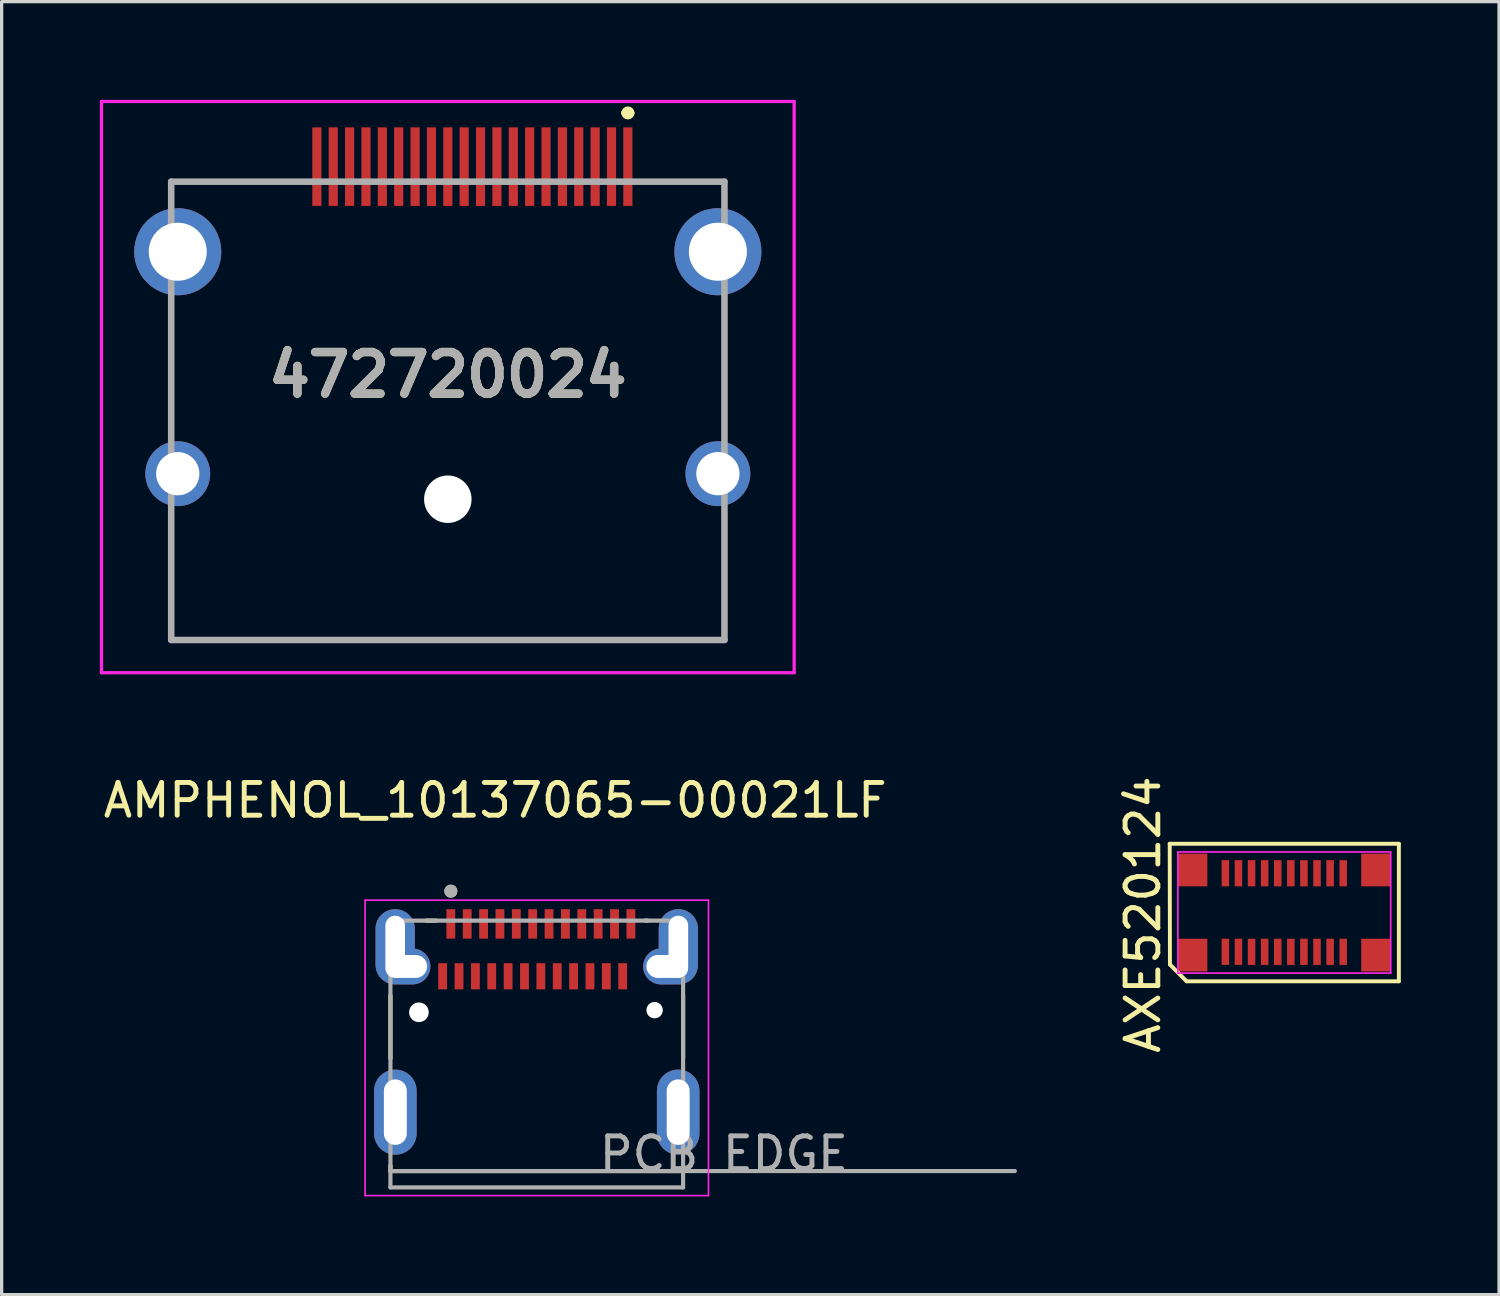
<source format=kicad_pcb>
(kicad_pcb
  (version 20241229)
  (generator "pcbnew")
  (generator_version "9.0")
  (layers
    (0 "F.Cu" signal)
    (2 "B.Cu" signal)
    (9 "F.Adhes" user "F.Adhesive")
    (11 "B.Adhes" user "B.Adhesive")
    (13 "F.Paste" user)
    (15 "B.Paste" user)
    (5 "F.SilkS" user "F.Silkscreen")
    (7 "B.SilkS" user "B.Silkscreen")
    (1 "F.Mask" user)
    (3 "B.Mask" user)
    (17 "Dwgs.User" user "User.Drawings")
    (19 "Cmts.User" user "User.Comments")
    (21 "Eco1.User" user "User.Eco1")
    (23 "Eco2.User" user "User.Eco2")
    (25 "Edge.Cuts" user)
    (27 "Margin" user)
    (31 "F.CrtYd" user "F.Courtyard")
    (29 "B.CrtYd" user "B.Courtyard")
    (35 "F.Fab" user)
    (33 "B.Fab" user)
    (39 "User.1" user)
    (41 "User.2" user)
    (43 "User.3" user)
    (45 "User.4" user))
  (footprint "472720024"
    (layer "F.Cu")
    (at 10.63 8.4)
    (property "Reference" "472720024" (at 0 0 180) (layer "F.SilkS") (effects (font (size 1.27 1.27) (thickness 0.254))))
    (attr through_hole)
    (fp_line (start -8.45 -5.9) (end -4.45 -5.9) (stroke (width 0.1) (type solid)) (layer "F.SilkS"))
    (fp_line (start -8.45 5.1) (end -8.45 8.1) (stroke (width 0.1) (type solid)) (layer "F.SilkS"))
    (fp_line (start -8.45 8.1) (end 8.45 8.1) (stroke (width 0.1) (type solid)) (layer "F.SilkS"))
    (fp_line (start 5.4 -8) (end 5.4 -8) (stroke (width 0.2) (type solid)) (layer "F.SilkS"))
    (fp_line (start 5.6 -8) (end 5.6 -8) (stroke (width 0.2) (type solid)) (layer "F.SilkS"))
    (fp_line (start 8.45 -5.9) (end 5.9 -5.9) (stroke (width 0.1) (type solid)) (layer "F.SilkS"))
    (fp_line (start 8.45 8.1) (end 8.45 5.1) (stroke (width 0.1) (type solid)) (layer "F.SilkS"))
    (fp_arc (start 5.4 -8) (mid 5.5 -8.1) (end 5.6 -8) (stroke (width 0.2) (type solid)) (layer "F.SilkS"))
    (fp_arc (start 5.6 -8) (mid 5.5 -7.9) (end 5.4 -8) (stroke (width 0.2) (type solid)) (layer "F.SilkS"))
    (fp_line (start -10.58 -8.35) (end 10.58 -8.35) (stroke (width 0.1) (type solid)) (layer "F.CrtYd"))
    (fp_line (start -10.58 9.1) (end -10.58 -8.35) (stroke (width 0.1) (type solid)) (layer "F.CrtYd"))
    (fp_line (start 10.58 -8.35) (end 10.58 9.1) (stroke (width 0.1) (type solid)) (layer "F.CrtYd"))
    (fp_line (start 10.58 9.1) (end -10.58 9.1) (stroke (width 0.1) (type solid)) (layer "F.CrtYd"))
    (fp_line (start -8.45 -5.9) (end 8.45 -5.9) (stroke (width 0.2) (type solid)) (layer "F.Fab"))
    (fp_line (start -8.45 8.1) (end -8.45 -5.9) (stroke (width 0.2) (type solid)) (layer "F.Fab"))
    (fp_line (start 8.45 -5.9) (end 8.45 8.1) (stroke (width 0.2) (type solid)) (layer "F.Fab"))
    (fp_line (start 8.45 8.1) (end -8.45 8.1) (stroke (width 0.2) (type solid)) (layer "F.Fab"))
    (fp_text user "${REFERENCE}" (at 0 0 180) (layer "F.Fab") (effects (font (size 1.27 1.27) (thickness 0.254))))
    (pad "" np_thru_hole circle (at 0 3.8) (size 1.45 1.45) (drill 1.45) (layers "*.Cu" "*.Mask"))
    (pad "1" smd rect (at 5.5 -6.36) (size 0.28 2.4) (layers "F.Cu" "F.Mask" "F.Paste"))
    (pad "2" smd rect (at 5 -6.36) (size 0.28 2.4) (layers "F.Cu" "F.Mask" "F.Paste"))
    (pad "3" smd rect (at 4.5 -6.36) (size 0.28 2.4) (layers "F.Cu" "F.Mask" "F.Paste"))
    (pad "4" smd rect (at 4 -6.36) (size 0.28 2.4) (layers "F.Cu" "F.Mask" "F.Paste"))
    (pad "5" smd rect (at 3.5 -6.36) (size 0.28 2.4) (layers "F.Cu" "F.Mask" "F.Paste"))
    (pad "6" smd rect (at 3 -6.36) (size 0.28 2.4) (layers "F.Cu" "F.Mask" "F.Paste"))
    (pad "7" smd rect (at 2.5 -6.36) (size 0.28 2.4) (layers "F.Cu" "F.Mask" "F.Paste"))
    (pad "8" smd rect (at 2 -6.36) (size 0.28 2.4) (layers "F.Cu" "F.Mask" "F.Paste"))
    (pad "9" smd rect (at 1.5 -6.36) (size 0.28 2.4) (layers "F.Cu" "F.Mask" "F.Paste"))
    (pad "10" smd rect (at 1 -6.36) (size 0.28 2.4) (layers "F.Cu" "F.Mask" "F.Paste"))
    (pad "11" smd rect (at 0.5 -6.36) (size 0.28 2.4) (layers "F.Cu" "F.Mask" "F.Paste"))
    (pad "12" smd rect (at 0 -6.36) (size 0.28 2.4) (layers "F.Cu" "F.Mask" "F.Paste"))
    (pad "13" smd rect (at -0.5 -6.36) (size 0.28 2.4) (layers "F.Cu" "F.Mask" "F.Paste"))
    (pad "14" smd rect (at -1 -6.36) (size 0.28 2.4) (layers "F.Cu" "F.Mask" "F.Paste"))
    (pad "15" smd rect (at -1.5 -6.36) (size 0.28 2.4) (layers "F.Cu" "F.Mask" "F.Paste"))
    (pad "16" smd rect (at -2 -6.36) (size 0.28 2.4) (layers "F.Cu" "F.Mask" "F.Paste"))
    (pad "17" smd rect (at -2.5 -6.36) (size 0.28 2.4) (layers "F.Cu" "F.Mask" "F.Paste"))
    (pad "18" smd rect (at -3 -6.36) (size 0.28 2.4) (layers "F.Cu" "F.Mask" "F.Paste"))
    (pad "19" smd rect (at -3.5 -6.36) (size 0.28 2.4) (layers "F.Cu" "F.Mask" "F.Paste"))
    (pad "20" smd rect (at -4 -6.36) (size 0.28 2.4) (layers "F.Cu" "F.Mask" "F.Paste"))
    (pad "MP" thru_hole circle (at -8.25 -3.76) (size 2.66 2.66) (drill 1.773) (layers "*.Cu" "*.Mask"))
    (pad "MP" thru_hole circle (at -8.25 3.02) (size 1.982 1.982) (drill 1.321) (layers "*.Cu" "*.Mask"))
    (pad "MP" thru_hole circle (at 8.25 -3.76) (size 2.66 2.66) (drill 1.773) (layers "*.Cu" "*.Mask"))
    (pad "MP" thru_hole circle (at 8.25 3.02) (size 1.982 1.982) (drill 1.321) (layers "*.Cu" "*.Mask")))
  (footprint "AXE520124"
    (layer "F.Cu")
    (at 36.182 24.826)
    (property "Reference" "AXE520124" (at -4.318 0.064 90) (layer "F.SilkS") (effects (font (size 1 1) (thickness 0.15))))
    (attr smd)
    (fp_line (start -3.5 -2.1) (end 3.5 -2.1) (stroke (width 0.12) (type solid)) (layer "F.SilkS"))
    (fp_line (start -3.493 1.587) (end -3.5 -2.1) (stroke (width 0.12) (type solid)) (layer "F.SilkS"))
    (fp_line (start -2.985 2.1) (end -3.493 1.587) (stroke (width 0.12) (type solid)) (layer "F.SilkS"))
    (fp_line (start 3.5 -2.1) (end 3.5 2.1) (stroke (width 0.12) (type solid)) (layer "F.SilkS"))
    (fp_line (start 3.5 2.1) (end -2.985 2.1) (stroke (width 0.12) (type solid)) (layer "F.SilkS"))
    (fp_line (start -3.25 -1.85) (end 3.25 -1.85) (stroke (width 0.05) (type solid)) (layer "F.CrtYd"))
    (fp_line (start -3.25 1.85) (end -3.25 -1.85) (stroke (width 0.05) (type solid)) (layer "F.CrtYd"))
    (fp_line (start 3.25 -1.85) (end 3.25 1.85) (stroke (width 0.05) (type solid)) (layer "F.CrtYd"))
    (fp_line (start 3.25 1.85) (end -3.25 1.85) (stroke (width 0.05) (type solid)) (layer "F.CrtYd"))
    (pad "1" smd rect (at -1.8 -1.2) (size 0.23 0.8) (layers "F.Cu" "F.Mask" "F.Paste"))
    (pad "2" smd rect (at -1.4 -1.2) (size 0.23 0.8) (layers "F.Cu" "F.Mask" "F.Paste"))
    (pad "3" smd rect (at -1 -1.2) (size 0.23 0.8) (layers "F.Cu" "F.Mask" "F.Paste"))
    (pad "4" smd rect (at -0.6 -1.2) (size 0.23 0.8) (layers "F.Cu" "F.Mask" "F.Paste"))
    (pad "5" smd rect (at -0.2 -1.2) (size 0.23 0.8) (layers "F.Cu" "F.Mask" "F.Paste"))
    (pad "6" smd rect (at 0.2 -1.2) (size 0.23 0.8) (layers "F.Cu" "F.Mask" "F.Paste"))
    (pad "7" smd rect (at 0.6 -1.2) (size 0.23 0.8) (layers "F.Cu" "F.Mask" "F.Paste"))
    (pad "8" smd rect (at 1 -1.2) (size 0.23 0.8) (layers "F.Cu" "F.Mask" "F.Paste"))
    (pad "9" smd rect (at 1.4 -1.2) (size 0.23 0.8) (layers "F.Cu" "F.Mask" "F.Paste"))
    (pad "10" smd rect (at 1.8 -1.2) (size 0.23 0.8) (layers "F.Cu" "F.Mask" "F.Paste"))
    (pad "11" smd rect (at -1.8 1.2) (size 0.23 0.8) (layers "F.Cu" "F.Mask" "F.Paste"))
    (pad "12" smd rect (at -1.4 1.2) (size 0.23 0.8) (layers "F.Cu" "F.Mask" "F.Paste"))
    (pad "13" smd rect (at -1 1.2) (size 0.23 0.8) (layers "F.Cu" "F.Mask" "F.Paste"))
    (pad "14" smd rect (at -0.6 1.2) (size 0.23 0.8) (layers "F.Cu" "F.Mask" "F.Paste"))
    (pad "15" smd rect (at -0.2 1.2) (size 0.23 0.8) (layers "F.Cu" "F.Mask" "F.Paste"))
    (pad "16" smd rect (at 0.2 1.2) (size 0.23 0.8) (layers "F.Cu" "F.Mask" "F.Paste"))
    (pad "17" smd rect (at 0.6 1.2) (size 0.23 0.8) (layers "F.Cu" "F.Mask" "F.Paste"))
    (pad "18" smd rect (at 1 1.2) (size 0.23 0.8) (layers "F.Cu" "F.Mask" "F.Paste"))
    (pad "19" smd rect (at 1.4 1.2) (size 0.23 0.8) (layers "F.Cu" "F.Mask" "F.Paste"))
    (pad "20" smd rect (at 1.8 1.2) (size 0.23 0.8) (layers "F.Cu" "F.Mask" "F.Paste"))
    (pad "MP" smd rect (at -2.8 -1.3) (size 0.9 1) (layers "F.Cu" "F.Mask" "F.Paste"))
    (pad "MP" smd rect (at -2.8 1.3) (size 0.9 1) (layers "F.Cu" "F.Mask" "F.Paste"))
    (pad "MP" smd rect (at 2.8 -1.3) (size 0.9 1) (layers "F.Cu" "F.Mask" "F.Paste"))
    (pad "MP" smd rect (at 2.8 1.3) (size 0.9 1) (layers "F.Cu" "F.Mask" "F.Paste")))
  (footprint "AMPHENOL_10137065-00021LF"
    (layer "F.Cu")
    (at 13.347 30.923)
    (property "Reference" "AMPHENOL_10137065-00021LF" (at -1.27 -9.525 0) (layer "F.SilkS") (effects (font (size 1 1) (thickness 0.15))))
    (attr smd)
    (fp_line (start -4.47 -1.639) (end -4.47 -3.562) (stroke (width 0.127) (type solid)) (layer "F.SilkS"))
    (fp_line (start -4.47 1.8) (end -4.47 1.639) (stroke (width 0.127) (type solid)) (layer "F.SilkS"))
    (fp_line (start -3.381 -5.85) (end -3.074 -5.85) (stroke (width 0.127) (type solid)) (layer "F.SilkS"))
    (fp_line (start 3.324 -5.85) (end 3.381 -5.85) (stroke (width 0.127) (type solid)) (layer "F.SilkS"))
    (fp_line (start 4.47 -3.562) (end 4.47 -1.639) (stroke (width 0.127) (type solid)) (layer "F.SilkS"))
    (fp_line (start 4.47 1.639) (end 4.47 1.8) (stroke (width 0.127) (type solid)) (layer "F.SilkS"))
    (fp_line (start 4.47 1.8) (end -4.47 1.8) (stroke (width 0.127) (type solid)) (layer "F.SilkS"))
    (fp_circle (center -2.625 -6.75) (end -2.525 -6.75) (stroke (width 0.2) (type solid)) (fill no) (layer "F.SilkS"))
    (fp_line (start -5.245 -6.475) (end 5.245 -6.475) (stroke (width 0.05) (type solid)) (layer "F.CrtYd"))
    (fp_line (start -5.245 2.55) (end -5.245 -6.475) (stroke (width 0.05) (type solid)) (layer "F.CrtYd"))
    (fp_line (start 5.245 -6.475) (end 5.245 2.55) (stroke (width 0.05) (type solid)) (layer "F.CrtYd"))
    (fp_line (start 5.245 2.55) (end -5.245 2.55) (stroke (width 0.05) (type solid)) (layer "F.CrtYd"))
    (fp_line (start -4.47 -5.85) (end 4.47 -5.85) (stroke (width 0.127) (type solid)) (layer "F.Fab"))
    (fp_line (start -4.47 1.8) (end -4.47 -5.85) (stroke (width 0.127) (type solid)) (layer "F.Fab"))
    (fp_line (start -4.47 1.8) (end 14.605 1.8) (stroke (width 0.127) (type solid)) (layer "F.Fab"))
    (fp_line (start -4.47 2.3) (end -4.47 1.8) (stroke (width 0.127) (type solid)) (layer "F.Fab"))
    (fp_line (start 4.47 -5.85) (end 4.47 2.3) (stroke (width 0.127) (type solid)) (layer "F.Fab"))
    (fp_line (start 4.47 2.3) (end -4.47 2.3) (stroke (width 0.127) (type solid)) (layer "F.Fab"))
    (fp_circle (center -2.625 -6.75) (end -2.525 -6.75) (stroke (width 0.2) (type solid)) (fill no) (layer "F.Fab"))
    (fp_text user "PCB EDGE" (at 5.715 1.27 0) (layer "F.Fab") (effects (font (size 1 1) (thickness 0.15))))
    (pad "" np_thru_hole circle (at -3.6 -3.05) (size 0.6 0.6) (drill 0.6) (layers "*.Cu" "*.Mask"))
    (pad "" np_thru_hole circle (at 3.6 -3.115) (size 0.5 0.5) (drill oval 0.85 0.5) (layers "*.Cu" "*.Mask"))
    (pad "A1" smd rect (at -2.625 -5.75) (size 0.27 0.9) (layers "F.Cu" "F.Mask" "F.Paste"))
    (pad "A2" smd rect (at -2.125 -5.75) (size 0.27 0.9) (layers "F.Cu" "F.Mask" "F.Paste"))
    (pad "A3" smd rect (at -1.625 -5.75) (size 0.27 0.9) (layers "F.Cu" "F.Mask" "F.Paste"))
    (pad "A4" smd rect (at -1.125 -5.75) (size 0.27 0.9) (layers "F.Cu" "F.Mask" "F.Paste"))
    (pad "A5" smd rect (at -0.625 -5.75) (size 0.27 0.9) (layers "F.Cu" "F.Mask" "F.Paste"))
    (pad "A6" smd rect (at -0.125 -5.75) (size 0.27 0.9) (layers "F.Cu" "F.Mask" "F.Paste"))
    (pad "A7" smd rect (at 0.375 -5.75) (size 0.27 0.9) (layers "F.Cu" "F.Mask" "F.Paste"))
    (pad "A8" smd rect (at 0.875 -5.75) (size 0.27 0.9) (layers "F.Cu" "F.Mask" "F.Paste"))
    (pad "A9" smd rect (at 1.375 -5.75) (size 0.27 0.9) (layers "F.Cu" "F.Mask" "F.Paste"))
    (pad "A10" smd rect (at 1.875 -5.75) (size 0.27 0.9) (layers "F.Cu" "F.Mask" "F.Paste"))
    (pad "A11" smd rect (at 2.375 -5.75) (size 0.27 0.9) (layers "F.Cu" "F.Mask" "F.Paste"))
    (pad "A12" smd rect (at 2.875 -5.75) (size 0.27 0.9) (layers "F.Cu" "F.Mask" "F.Paste"))
    (pad "B1" smd rect (at 2.625 -4.15) (size 0.27 0.8) (layers "F.Cu" "F.Mask" "F.Paste"))
    (pad "B2" smd rect (at 2.125 -4.15) (size 0.27 0.8) (layers "F.Cu" "F.Mask" "F.Paste"))
    (pad "B3" smd rect (at 1.625 -4.15) (size 0.27 0.8) (layers "F.Cu" "F.Mask" "F.Paste"))
    (pad "B4" smd rect (at 1.125 -4.15) (size 0.27 0.8) (layers "F.Cu" "F.Mask" "F.Paste"))
    (pad "B5" smd rect (at 0.625 -4.15) (size 0.27 0.8) (layers "F.Cu" "F.Mask" "F.Paste"))
    (pad "B6" smd rect (at 0.125 -4.15) (size 0.27 0.8) (layers "F.Cu" "F.Mask" "F.Paste"))
    (pad "B7" smd rect (at -0.375 -4.15) (size 0.27 0.8) (layers "F.Cu" "F.Mask" "F.Paste"))
    (pad "B8" smd rect (at -0.875 -4.15) (size 0.27 0.8) (layers "F.Cu" "F.Mask" "F.Paste"))
    (pad "B9" smd rect (at -1.375 -4.15) (size 0.27 0.8) (layers "F.Cu" "F.Mask" "F.Paste"))
    (pad "B10" smd rect (at -1.875 -4.15) (size 0.27 0.8) (layers "F.Cu" "F.Mask" "F.Paste"))
    (pad "B11" smd rect (at -2.375 -4.15) (size 0.27 0.8) (layers "F.Cu" "F.Mask" "F.Paste"))
    (pad "B12" smd rect (at -2.875 -4.15) (size 0.27 0.8) (layers "F.Cu" "F.Mask" "F.Paste"))
    (pad "S1" thru_hole oval (at -4.325 -5.05) (size 1.2 2.3) (drill oval 0.6 1.9) (layers "*.Cu" "*.Mask"))
    (pad "S1" thru_hole oval (at -4.32 0) (size 1.3 2.6) (drill oval 0.7 2) (layers "*.Cu" "*.Mask"))
    (pad "S1" thru_hole oval (at -3.975 -4.45) (size 1.45 1.1) (drill oval 1.25 0.7) (layers "*.Cu" "*.Mask"))
    (pad "S1" thru_hole oval (at 3.975 -4.45) (size 1.45 1.1) (drill oval 1.25 0.7) (layers "*.Cu" "*.Mask"))
    (pad "S1" thru_hole oval (at 4.32 0) (size 1.3 2.6) (drill oval 0.7 2) (layers "*.Cu" "*.Mask"))
    (pad "S1" thru_hole oval (at 4.325 -5.05) (size 1.2 2.3) (drill oval 0.6 1.9) (layers "*.Cu" "*.Mask")))
  (gr_rect
    (start -3 -3)
    (end 42.742 36.498)
    (stroke (width 0.1) (type default))
    (fill no)
    (layer "Edge.Cuts")))
</source>
